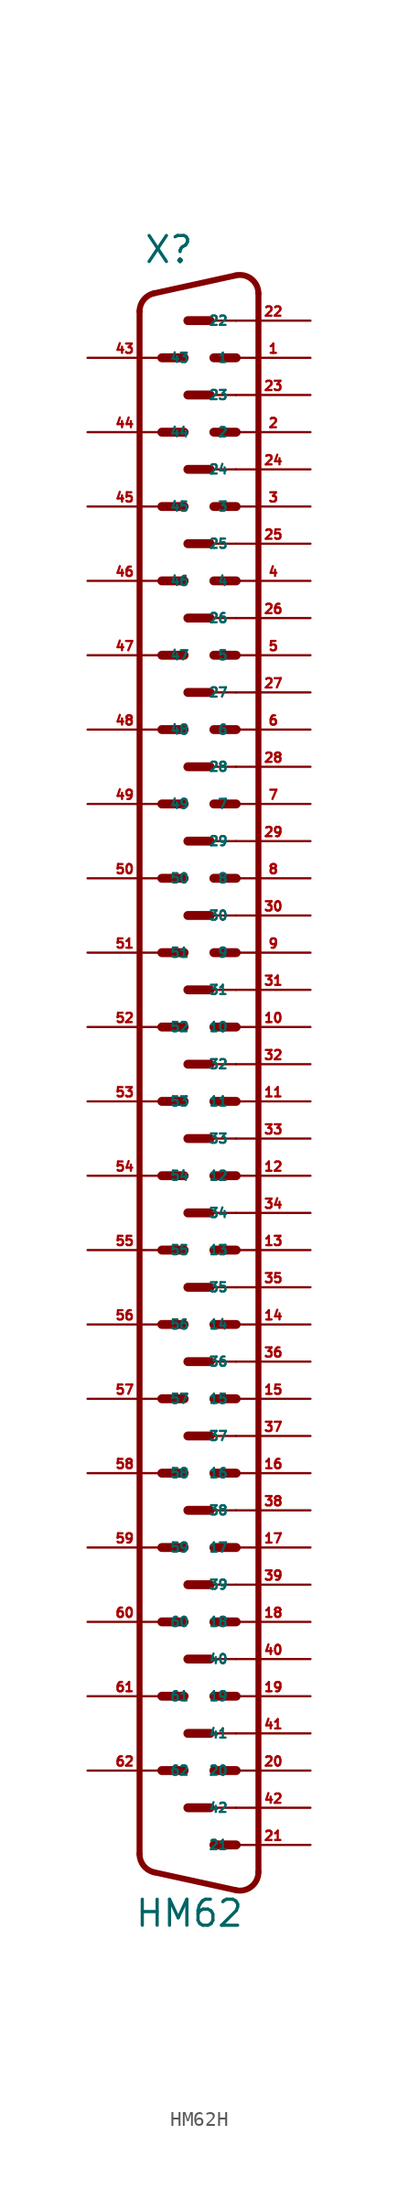
<source format=kicad_sym>
(kicad_symbol_lib
  (version 20220914)
  (generator Eagle2Kicad)
  (symbol "HM62H"
    (property "Reference" "X"
      (at -3.81 52.07 0)
      (effects (font (size 1.778 1.778) (thickness 0.22)) (justify left bottom)))
    (property "Value" "HM62"
      (at -4.445 -61.595 0)
      (effects (font (size 1.778 1.778) (thickness 0.22)) (justify left bottom)))
    (arc
      (start 4.064 50.1112)
      (mid 3.590 51.101)
      (end 2.5226 51.352)
      (stroke (width 0.4064) (type default))
      (fill (type none)))
    (polyline
      (pts (xy 2.523 51.352) (xy -3.065 50.129))
      (stroke (width 0.406) (type default))
      (fill (type none)))
    (arc
      (start -3.0654 50.1295)
      (mid -3.783 49.685)
      (end -4.0642 48.8888)
      (stroke (width 0.4064) (type default))
      (fill (type none)))
    (polyline
      (pts (xy -4.064 -56.509) (xy -4.064 48.889))
      (stroke (width 0.406) (type default))
      (fill (type none)))
    (arc
      (start -4.064 -56.5088)
      (mid -3.783 -57.305)
      (end -3.0654 -57.7494)
      (stroke (width 0.4064) (type default))
      (fill (type none)))
    (polyline
      (pts (xy 4.064 -57.731) (xy 4.064 50.111))
      (stroke (width 0.406) (type default))
      (fill (type none)))
    (polyline
      (pts (xy 2.523 -58.972) (xy -3.065 -57.749))
      (stroke (width 0.406) (type default))
      (fill (type none)))
    (arc
      (start 2.5226 -58.9719)
      (mid 3.590 -58.721)
      (end 4.064 -57.7312)
      (stroke (width 0.4064) (type default))
      (fill (type none)))
    (polyline
      (pts (xy 2.54 48.26) (xy 0.762 48.26))
      (stroke (width 0.152) (type default))
      (fill (type none)))
    (polyline
      (pts (xy 2.54 43.18) (xy 0.762 43.18))
      (stroke (width 0.152) (type default))
      (fill (type none)))
    (polyline
      (pts (xy 2.54 38.1) (xy 0.762 38.1))
      (stroke (width 0.152) (type default))
      (fill (type none)))
    (polyline
      (pts (xy 2.54 33.02) (xy 0.762 33.02))
      (stroke (width 0.152) (type default))
      (fill (type none)))
    (polyline
      (pts (xy 2.54 27.94) (xy 0.762 27.94))
      (stroke (width 0.152) (type default))
      (fill (type none)))
    (polyline
      (pts (xy -1.016 45.72) (xy -2.54 45.72))
      (stroke (width 0.61) (type default))
      (fill (type none)))
    (polyline
      (pts (xy 2.54 45.72) (xy 1.016 45.72))
      (stroke (width 0.61) (type default))
      (fill (type none)))
    (polyline
      (pts (xy 0.762 48.26) (xy -0.762 48.26))
      (stroke (width 0.61) (type default))
      (fill (type none)))
    (polyline
      (pts (xy -1.016 40.64) (xy -2.54 40.64))
      (stroke (width 0.61) (type default))
      (fill (type none)))
    (polyline
      (pts (xy 2.54 40.64) (xy 1.016 40.64))
      (stroke (width 0.61) (type default))
      (fill (type none)))
    (polyline
      (pts (xy 0.762 43.18) (xy -0.762 43.18))
      (stroke (width 0.61) (type default))
      (fill (type none)))
    (polyline
      (pts (xy -1.016 35.56) (xy -2.54 35.56))
      (stroke (width 0.61) (type default))
      (fill (type none)))
    (polyline
      (pts (xy 2.54 35.56) (xy 1.016 35.56))
      (stroke (width 0.61) (type default))
      (fill (type none)))
    (polyline
      (pts (xy 0.762 38.1) (xy -0.762 38.1))
      (stroke (width 0.61) (type default))
      (fill (type none)))
    (polyline
      (pts (xy -1.016 30.48) (xy -2.54 30.48))
      (stroke (width 0.61) (type default))
      (fill (type none)))
    (polyline
      (pts (xy 2.54 30.48) (xy 1.016 30.48))
      (stroke (width 0.61) (type default))
      (fill (type none)))
    (polyline
      (pts (xy 0.762 33.02) (xy -0.762 33.02))
      (stroke (width 0.61) (type default))
      (fill (type none)))
    (polyline
      (pts (xy -1.016 25.4) (xy -2.54 25.4))
      (stroke (width 0.61) (type default))
      (fill (type none)))
    (polyline
      (pts (xy 2.54 25.4) (xy 1.016 25.4))
      (stroke (width 0.61) (type default))
      (fill (type none)))
    (polyline
      (pts (xy 0.762 27.94) (xy -0.762 27.94))
      (stroke (width 0.61) (type default))
      (fill (type none)))
    (polyline
      (pts (xy 2.54 22.86) (xy 0.762 22.86))
      (stroke (width 0.152) (type default))
      (fill (type none)))
    (polyline
      (pts (xy 2.54 17.78) (xy 0.762 17.78))
      (stroke (width 0.152) (type default))
      (fill (type none)))
    (polyline
      (pts (xy 2.54 12.7) (xy 0.762 12.7))
      (stroke (width 0.152) (type default))
      (fill (type none)))
    (polyline
      (pts (xy -1.016 20.32) (xy -2.54 20.32))
      (stroke (width 0.61) (type default))
      (fill (type none)))
    (polyline
      (pts (xy 2.54 20.32) (xy 1.016 20.32))
      (stroke (width 0.61) (type default))
      (fill (type none)))
    (polyline
      (pts (xy 0.762 22.86) (xy -0.762 22.86))
      (stroke (width 0.61) (type default))
      (fill (type none)))
    (polyline
      (pts (xy -1.016 15.24) (xy -2.54 15.24))
      (stroke (width 0.61) (type default))
      (fill (type none)))
    (polyline
      (pts (xy 2.54 15.24) (xy 1.016 15.24))
      (stroke (width 0.61) (type default))
      (fill (type none)))
    (polyline
      (pts (xy 0.762 17.78) (xy -0.762 17.78))
      (stroke (width 0.61) (type default))
      (fill (type none)))
    (polyline
      (pts (xy 2.54 10.16) (xy 1.016 10.16))
      (stroke (width 0.61) (type default))
      (fill (type none)))
    (polyline
      (pts (xy 0.762 12.7) (xy -0.762 12.7))
      (stroke (width 0.61) (type default))
      (fill (type none)))
    (polyline
      (pts (xy 2.54 5.08) (xy 1.016 5.08))
      (stroke (width 0.61) (type default))
      (fill (type none)))
    (polyline
      (pts (xy -1.016 10.16) (xy -2.54 10.16))
      (stroke (width 0.61) (type default))
      (fill (type none)))
    (polyline
      (pts (xy 0.762 7.62) (xy -0.762 7.62))
      (stroke (width 0.61) (type default))
      (fill (type none)))
    (polyline
      (pts (xy 2.54 7.62) (xy 0.762 7.62))
      (stroke (width 0.152) (type default))
      (fill (type none)))
    (polyline
      (pts (xy 2.54 2.54) (xy 0.762 2.54))
      (stroke (width 0.152) (type default))
      (fill (type none)))
    (polyline
      (pts (xy -1.016 5.08) (xy -2.54 5.08))
      (stroke (width 0.61) (type default))
      (fill (type none)))
    (polyline
      (pts (xy -1.016 0) (xy -2.54 0))
      (stroke (width 0.61) (type default))
      (fill (type none)))
    (polyline
      (pts (xy 2.54 0) (xy 1.016 0))
      (stroke (width 0.61) (type default))
      (fill (type none)))
    (polyline
      (pts (xy 0.762 2.54) (xy -0.762 2.54))
      (stroke (width 0.61) (type default))
      (fill (type none)))
    (polyline
      (pts (xy 2.54 -2.54) (xy 0.762 -2.54))
      (stroke (width 0.152) (type default))
      (fill (type none)))
    (polyline
      (pts (xy 2.54 -7.62) (xy 0.762 -7.62))
      (stroke (width 0.152) (type default))
      (fill (type none)))
    (polyline
      (pts (xy 2.54 -12.7) (xy 0.762 -12.7))
      (stroke (width 0.152) (type default))
      (fill (type none)))
    (polyline
      (pts (xy -1.016 -5.08) (xy -2.54 -5.08))
      (stroke (width 0.61) (type default))
      (fill (type none)))
    (polyline
      (pts (xy 2.54 -5.08) (xy 1.016 -5.08))
      (stroke (width 0.61) (type default))
      (fill (type none)))
    (polyline
      (pts (xy 0.762 -2.54) (xy -0.762 -2.54))
      (stroke (width 0.61) (type default))
      (fill (type none)))
    (polyline
      (pts (xy -1.016 -10.16) (xy -2.54 -10.16))
      (stroke (width 0.61) (type default))
      (fill (type none)))
    (polyline
      (pts (xy 2.54 -10.16) (xy 1.016 -10.16))
      (stroke (width 0.61) (type default))
      (fill (type none)))
    (polyline
      (pts (xy 0.762 -7.62) (xy -0.762 -7.62))
      (stroke (width 0.61) (type default))
      (fill (type none)))
    (polyline
      (pts (xy 2.54 -15.24) (xy 1.016 -15.24))
      (stroke (width 0.61) (type default))
      (fill (type none)))
    (polyline
      (pts (xy 0.762 -12.7) (xy -0.762 -12.7))
      (stroke (width 0.61) (type default))
      (fill (type none)))
    (polyline
      (pts (xy 2.54 -20.32) (xy 1.016 -20.32))
      (stroke (width 0.61) (type default))
      (fill (type none)))
    (polyline
      (pts (xy -1.016 -15.24) (xy -2.54 -15.24))
      (stroke (width 0.61) (type default))
      (fill (type none)))
    (polyline
      (pts (xy 0.762 -17.78) (xy -0.762 -17.78))
      (stroke (width 0.61) (type default))
      (fill (type none)))
    (polyline
      (pts (xy 2.54 -17.78) (xy 0.762 -17.78))
      (stroke (width 0.152) (type default))
      (fill (type none)))
    (polyline
      (pts (xy 2.54 -25.4) (xy 1.016 -25.4))
      (stroke (width 0.61) (type default))
      (fill (type none)))
    (polyline
      (pts (xy -1.016 -20.32) (xy -2.54 -20.32))
      (stroke (width 0.61) (type default))
      (fill (type none)))
    (polyline
      (pts (xy 0.762 -22.86) (xy -0.762 -22.86))
      (stroke (width 0.61) (type default))
      (fill (type none)))
    (polyline
      (pts (xy 2.54 -22.86) (xy 0.762 -22.86))
      (stroke (width 0.152) (type default))
      (fill (type none)))
    (polyline
      (pts (xy 2.54 -30.48) (xy 1.016 -30.48))
      (stroke (width 0.61) (type default))
      (fill (type none)))
    (polyline
      (pts (xy -1.016 -25.4) (xy -2.54 -25.4))
      (stroke (width 0.61) (type default))
      (fill (type none)))
    (polyline
      (pts (xy 0.762 -27.94) (xy -0.762 -27.94))
      (stroke (width 0.61) (type default))
      (fill (type none)))
    (polyline
      (pts (xy 2.54 -27.94) (xy 0.762 -27.94))
      (stroke (width 0.152) (type default))
      (fill (type none)))
    (polyline
      (pts (xy 2.54 -33.02) (xy 0.762 -33.02))
      (stroke (width 0.152) (type default))
      (fill (type none)))
    (polyline
      (pts (xy -1.016 -30.48) (xy -2.54 -30.48))
      (stroke (width 0.61) (type default))
      (fill (type none)))
    (polyline
      (pts (xy -1.016 -35.56) (xy -2.54 -35.56))
      (stroke (width 0.61) (type default))
      (fill (type none)))
    (polyline
      (pts (xy 2.54 -35.56) (xy 1.016 -35.56))
      (stroke (width 0.61) (type default))
      (fill (type none)))
    (polyline
      (pts (xy 0.762 -33.02) (xy -0.762 -33.02))
      (stroke (width 0.61) (type default))
      (fill (type none)))
    (polyline
      (pts (xy 2.54 -38.1) (xy 0.762 -38.1))
      (stroke (width 0.152) (type default))
      (fill (type none)))
    (polyline
      (pts (xy 2.54 -43.18) (xy 0.762 -43.18))
      (stroke (width 0.152) (type default))
      (fill (type none)))
    (polyline
      (pts (xy 2.54 -48.26) (xy 0.762 -48.26))
      (stroke (width 0.152) (type default))
      (fill (type none)))
    (polyline
      (pts (xy -1.016 -40.64) (xy -2.54 -40.64))
      (stroke (width 0.61) (type default))
      (fill (type none)))
    (polyline
      (pts (xy 2.54 -40.64) (xy 1.016 -40.64))
      (stroke (width 0.61) (type default))
      (fill (type none)))
    (polyline
      (pts (xy 0.762 -38.1) (xy -0.762 -38.1))
      (stroke (width 0.61) (type default))
      (fill (type none)))
    (polyline
      (pts (xy -1.016 -45.72) (xy -2.54 -45.72))
      (stroke (width 0.61) (type default))
      (fill (type none)))
    (polyline
      (pts (xy 2.54 -45.72) (xy 1.016 -45.72))
      (stroke (width 0.61) (type default))
      (fill (type none)))
    (polyline
      (pts (xy 0.762 -43.18) (xy -0.762 -43.18))
      (stroke (width 0.61) (type default))
      (fill (type none)))
    (polyline
      (pts (xy 2.54 -50.8) (xy 1.016 -50.8))
      (stroke (width 0.61) (type default))
      (fill (type none)))
    (polyline
      (pts (xy 0.762 -48.26) (xy -0.762 -48.26))
      (stroke (width 0.61) (type default))
      (fill (type none)))
    (polyline
      (pts (xy 2.54 -55.88) (xy 1.016 -55.88))
      (stroke (width 0.61) (type default))
      (fill (type none)))
    (polyline
      (pts (xy -1.016 -50.8) (xy -2.54 -50.8))
      (stroke (width 0.61) (type default))
      (fill (type none)))
    (polyline
      (pts (xy 0.762 -53.34) (xy -0.762 -53.34))
      (stroke (width 0.61) (type default))
      (fill (type none)))
    (polyline
      (pts (xy 2.54 -53.34) (xy 0.762 -53.34))
      (stroke (width 0.152) (type default))
      (fill (type none)))
    (pin passive line
      (at 7.62 45.72 180)
      (length 5.08)
      (name "1" (effects (font (size 0.635 0.635) (thickness 0.08)) (justify left bottom)))
      (number "1" (effects (font (size 0.635 0.635) (thickness 0.08)) (justify left bottom))))
    (pin passive line
      (at 7.62 40.64 180)
      (length 5.08)
      (name "2" (effects (font (size 0.635 0.635) (thickness 0.08)) (justify left bottom)))
      (number "2" (effects (font (size 0.635 0.635) (thickness 0.08)) (justify left bottom))))
    (pin passive line
      (at 7.62 35.56 180)
      (length 5.08)
      (name "3" (effects (font (size 0.635 0.635) (thickness 0.08)) (justify left bottom)))
      (number "3" (effects (font (size 0.635 0.635) (thickness 0.08)) (justify left bottom))))
    (pin passive line
      (at 7.62 30.48 180)
      (length 5.08)
      (name "4" (effects (font (size 0.635 0.635) (thickness 0.08)) (justify left bottom)))
      (number "4" (effects (font (size 0.635 0.635) (thickness 0.08)) (justify left bottom))))
    (pin passive line
      (at 7.62 25.4 180)
      (length 5.08)
      (name "5" (effects (font (size 0.635 0.635) (thickness 0.08)) (justify left bottom)))
      (number "5" (effects (font (size 0.635 0.635) (thickness 0.08)) (justify left bottom))))
    (pin passive line
      (at 7.62 20.32 180)
      (length 5.08)
      (name "6" (effects (font (size 0.635 0.635) (thickness 0.08)) (justify left bottom)))
      (number "6" (effects (font (size 0.635 0.635) (thickness 0.08)) (justify left bottom))))
    (pin passive line
      (at 7.62 15.24 180)
      (length 5.08)
      (name "7" (effects (font (size 0.635 0.635) (thickness 0.08)) (justify left bottom)))
      (number "7" (effects (font (size 0.635 0.635) (thickness 0.08)) (justify left bottom))))
    (pin passive line
      (at 7.62 10.16 180)
      (length 5.08)
      (name "8" (effects (font (size 0.635 0.635) (thickness 0.08)) (justify left bottom)))
      (number "8" (effects (font (size 0.635 0.635) (thickness 0.08)) (justify left bottom))))
    (pin passive line
      (at 7.62 5.08 180)
      (length 5.08)
      (name "9" (effects (font (size 0.635 0.635) (thickness 0.08)) (justify left bottom)))
      (number "9" (effects (font (size 0.635 0.635) (thickness 0.08)) (justify left bottom))))
    (pin passive line
      (at 7.62 0 180)
      (length 5.08)
      (name "10" (effects (font (size 0.635 0.635) (thickness 0.08)) (justify left bottom)))
      (number "10" (effects (font (size 0.635 0.635) (thickness 0.08)) (justify left bottom))))
    (pin passive line
      (at 7.62 -5.08 180)
      (length 5.08)
      (name "11" (effects (font (size 0.635 0.635) (thickness 0.08)) (justify left bottom)))
      (number "11" (effects (font (size 0.635 0.635) (thickness 0.08)) (justify left bottom))))
    (pin passive line
      (at 7.62 -10.16 180)
      (length 5.08)
      (name "12" (effects (font (size 0.635 0.635) (thickness 0.08)) (justify left bottom)))
      (number "12" (effects (font (size 0.635 0.635) (thickness 0.08)) (justify left bottom))))
    (pin passive line
      (at 7.62 -15.24 180)
      (length 5.08)
      (name "13" (effects (font (size 0.635 0.635) (thickness 0.08)) (justify left bottom)))
      (number "13" (effects (font (size 0.635 0.635) (thickness 0.08)) (justify left bottom))))
    (pin passive line
      (at 7.62 -20.32 180)
      (length 5.08)
      (name "14" (effects (font (size 0.635 0.635) (thickness 0.08)) (justify left bottom)))
      (number "14" (effects (font (size 0.635 0.635) (thickness 0.08)) (justify left bottom))))
    (pin passive line
      (at 7.62 -25.4 180)
      (length 5.08)
      (name "15" (effects (font (size 0.635 0.635) (thickness 0.08)) (justify left bottom)))
      (number "15" (effects (font (size 0.635 0.635) (thickness 0.08)) (justify left bottom))))
    (pin passive line
      (at 7.62 -30.48 180)
      (length 5.08)
      (name "16" (effects (font (size 0.635 0.635) (thickness 0.08)) (justify left bottom)))
      (number "16" (effects (font (size 0.635 0.635) (thickness 0.08)) (justify left bottom))))
    (pin passive line
      (at 7.62 -35.56 180)
      (length 5.08)
      (name "17" (effects (font (size 0.635 0.635) (thickness 0.08)) (justify left bottom)))
      (number "17" (effects (font (size 0.635 0.635) (thickness 0.08)) (justify left bottom))))
    (pin passive line
      (at 7.62 -40.64 180)
      (length 5.08)
      (name "18" (effects (font (size 0.635 0.635) (thickness 0.08)) (justify left bottom)))
      (number "18" (effects (font (size 0.635 0.635) (thickness 0.08)) (justify left bottom))))
    (pin passive line
      (at 7.62 -45.72 180)
      (length 5.08)
      (name "19" (effects (font (size 0.635 0.635) (thickness 0.08)) (justify left bottom)))
      (number "19" (effects (font (size 0.635 0.635) (thickness 0.08)) (justify left bottom))))
    (pin passive line
      (at 7.62 -50.8 180)
      (length 5.08)
      (name "20" (effects (font (size 0.635 0.635) (thickness 0.08)) (justify left bottom)))
      (number "20" (effects (font (size 0.635 0.635) (thickness 0.08)) (justify left bottom))))
    (pin passive line
      (at 7.62 -55.88 180)
      (length 5.08)
      (name "21" (effects (font (size 0.635 0.635) (thickness 0.08)) (justify left bottom)))
      (number "21" (effects (font (size 0.635 0.635) (thickness 0.08)) (justify left bottom))))
    (pin passive line
      (at 7.62 48.26 180)
      (length 5.08)
      (name "22" (effects (font (size 0.635 0.635) (thickness 0.08)) (justify left bottom)))
      (number "22" (effects (font (size 0.635 0.635) (thickness 0.08)) (justify left bottom))))
    (pin passive line
      (at 7.62 43.18 180)
      (length 5.08)
      (name "23" (effects (font (size 0.635 0.635) (thickness 0.08)) (justify left bottom)))
      (number "23" (effects (font (size 0.635 0.635) (thickness 0.08)) (justify left bottom))))
    (pin passive line
      (at 7.62 38.1 180)
      (length 5.08)
      (name "24" (effects (font (size 0.635 0.635) (thickness 0.08)) (justify left bottom)))
      (number "24" (effects (font (size 0.635 0.635) (thickness 0.08)) (justify left bottom))))
    (pin passive line
      (at 7.62 33.02 180)
      (length 5.08)
      (name "25" (effects (font (size 0.635 0.635) (thickness 0.08)) (justify left bottom)))
      (number "25" (effects (font (size 0.635 0.635) (thickness 0.08)) (justify left bottom))))
    (pin passive line
      (at 7.62 27.94 180)
      (length 5.08)
      (name "26" (effects (font (size 0.635 0.635) (thickness 0.08)) (justify left bottom)))
      (number "26" (effects (font (size 0.635 0.635) (thickness 0.08)) (justify left bottom))))
    (pin passive line
      (at 7.62 22.86 180)
      (length 5.08)
      (name "27" (effects (font (size 0.635 0.635) (thickness 0.08)) (justify left bottom)))
      (number "27" (effects (font (size 0.635 0.635) (thickness 0.08)) (justify left bottom))))
    (pin passive line
      (at 7.62 17.78 180)
      (length 5.08)
      (name "28" (effects (font (size 0.635 0.635) (thickness 0.08)) (justify left bottom)))
      (number "28" (effects (font (size 0.635 0.635) (thickness 0.08)) (justify left bottom))))
    (pin passive line
      (at 7.62 12.7 180)
      (length 5.08)
      (name "29" (effects (font (size 0.635 0.635) (thickness 0.08)) (justify left bottom)))
      (number "29" (effects (font (size 0.635 0.635) (thickness 0.08)) (justify left bottom))))
    (pin passive line
      (at 7.62 7.62 180)
      (length 5.08)
      (name "30" (effects (font (size 0.635 0.635) (thickness 0.08)) (justify left bottom)))
      (number "30" (effects (font (size 0.635 0.635) (thickness 0.08)) (justify left bottom))))
    (pin passive line
      (at 7.62 2.54 180)
      (length 5.08)
      (name "31" (effects (font (size 0.635 0.635) (thickness 0.08)) (justify left bottom)))
      (number "31" (effects (font (size 0.635 0.635) (thickness 0.08)) (justify left bottom))))
    (pin passive line
      (at 7.62 -2.54 180)
      (length 5.08)
      (name "32" (effects (font (size 0.635 0.635) (thickness 0.08)) (justify left bottom)))
      (number "32" (effects (font (size 0.635 0.635) (thickness 0.08)) (justify left bottom))))
    (pin passive line
      (at 7.62 -7.62 180)
      (length 5.08)
      (name "33" (effects (font (size 0.635 0.635) (thickness 0.08)) (justify left bottom)))
      (number "33" (effects (font (size 0.635 0.635) (thickness 0.08)) (justify left bottom))))
    (pin passive line
      (at 7.62 -12.7 180)
      (length 5.08)
      (name "34" (effects (font (size 0.635 0.635) (thickness 0.08)) (justify left bottom)))
      (number "34" (effects (font (size 0.635 0.635) (thickness 0.08)) (justify left bottom))))
    (pin passive line
      (at 7.62 -17.78 180)
      (length 5.08)
      (name "35" (effects (font (size 0.635 0.635) (thickness 0.08)) (justify left bottom)))
      (number "35" (effects (font (size 0.635 0.635) (thickness 0.08)) (justify left bottom))))
    (pin passive line
      (at 7.62 -22.86 180)
      (length 5.08)
      (name "36" (effects (font (size 0.635 0.635) (thickness 0.08)) (justify left bottom)))
      (number "36" (effects (font (size 0.635 0.635) (thickness 0.08)) (justify left bottom))))
    (pin passive line
      (at 7.62 -27.94 180)
      (length 5.08)
      (name "37" (effects (font (size 0.635 0.635) (thickness 0.08)) (justify left bottom)))
      (number "37" (effects (font (size 0.635 0.635) (thickness 0.08)) (justify left bottom))))
    (pin passive line
      (at 7.62 -33.02 180)
      (length 5.08)
      (name "38" (effects (font (size 0.635 0.635) (thickness 0.08)) (justify left bottom)))
      (number "38" (effects (font (size 0.635 0.635) (thickness 0.08)) (justify left bottom))))
    (pin passive line
      (at 7.62 -38.1 180)
      (length 5.08)
      (name "39" (effects (font (size 0.635 0.635) (thickness 0.08)) (justify left bottom)))
      (number "39" (effects (font (size 0.635 0.635) (thickness 0.08)) (justify left bottom))))
    (pin passive line
      (at 7.62 -43.18 180)
      (length 5.08)
      (name "40" (effects (font (size 0.635 0.635) (thickness 0.08)) (justify left bottom)))
      (number "40" (effects (font (size 0.635 0.635) (thickness 0.08)) (justify left bottom))))
    (pin passive line
      (at 7.62 -48.26 180)
      (length 5.08)
      (name "41" (effects (font (size 0.635 0.635) (thickness 0.08)) (justify left bottom)))
      (number "41" (effects (font (size 0.635 0.635) (thickness 0.08)) (justify left bottom))))
    (pin passive line
      (at 7.62 -53.34 180)
      (length 5.08)
      (name "42" (effects (font (size 0.635 0.635) (thickness 0.08)) (justify left bottom)))
      (number "42" (effects (font (size 0.635 0.635) (thickness 0.08)) (justify left bottom))))
    (pin passive line
      (at -7.62 45.72 0)
      (length 5.08)
      (name "43" (effects (font (size 0.635 0.635) (thickness 0.08)) (justify left bottom)))
      (number "43" (effects (font (size 0.635 0.635) (thickness 0.08)) (justify left bottom))))
    (pin passive line
      (at -7.62 40.64 0)
      (length 5.08)
      (name "44" (effects (font (size 0.635 0.635) (thickness 0.08)) (justify left bottom)))
      (number "44" (effects (font (size 0.635 0.635) (thickness 0.08)) (justify left bottom))))
    (pin passive line
      (at -7.62 35.56 0)
      (length 5.08)
      (name "45" (effects (font (size 0.635 0.635) (thickness 0.08)) (justify left bottom)))
      (number "45" (effects (font (size 0.635 0.635) (thickness 0.08)) (justify left bottom))))
    (pin passive line
      (at -7.62 30.48 0)
      (length 5.08)
      (name "46" (effects (font (size 0.635 0.635) (thickness 0.08)) (justify left bottom)))
      (number "46" (effects (font (size 0.635 0.635) (thickness 0.08)) (justify left bottom))))
    (pin passive line
      (at -7.62 25.4 0)
      (length 5.08)
      (name "47" (effects (font (size 0.635 0.635) (thickness 0.08)) (justify left bottom)))
      (number "47" (effects (font (size 0.635 0.635) (thickness 0.08)) (justify left bottom))))
    (pin passive line
      (at -7.62 20.32 0)
      (length 5.08)
      (name "48" (effects (font (size 0.635 0.635) (thickness 0.08)) (justify left bottom)))
      (number "48" (effects (font (size 0.635 0.635) (thickness 0.08)) (justify left bottom))))
    (pin passive line
      (at -7.62 15.24 0)
      (length 5.08)
      (name "49" (effects (font (size 0.635 0.635) (thickness 0.08)) (justify left bottom)))
      (number "49" (effects (font (size 0.635 0.635) (thickness 0.08)) (justify left bottom))))
    (pin passive line
      (at -7.62 10.16 0)
      (length 5.08)
      (name "50" (effects (font (size 0.635 0.635) (thickness 0.08)) (justify left bottom)))
      (number "50" (effects (font (size 0.635 0.635) (thickness 0.08)) (justify left bottom))))
    (pin passive line
      (at -7.62 5.08 0)
      (length 5.08)
      (name "51" (effects (font (size 0.635 0.635) (thickness 0.08)) (justify left bottom)))
      (number "51" (effects (font (size 0.635 0.635) (thickness 0.08)) (justify left bottom))))
    (pin passive line
      (at -7.62 0 0)
      (length 5.08)
      (name "52" (effects (font (size 0.635 0.635) (thickness 0.08)) (justify left bottom)))
      (number "52" (effects (font (size 0.635 0.635) (thickness 0.08)) (justify left bottom))))
    (pin passive line
      (at -7.62 -5.08 0)
      (length 5.08)
      (name "53" (effects (font (size 0.635 0.635) (thickness 0.08)) (justify left bottom)))
      (number "53" (effects (font (size 0.635 0.635) (thickness 0.08)) (justify left bottom))))
    (pin passive line
      (at -7.62 -10.16 0)
      (length 5.08)
      (name "54" (effects (font (size 0.635 0.635) (thickness 0.08)) (justify left bottom)))
      (number "54" (effects (font (size 0.635 0.635) (thickness 0.08)) (justify left bottom))))
    (pin passive line
      (at -7.62 -15.24 0)
      (length 5.08)
      (name "55" (effects (font (size 0.635 0.635) (thickness 0.08)) (justify left bottom)))
      (number "55" (effects (font (size 0.635 0.635) (thickness 0.08)) (justify left bottom))))
    (pin passive line
      (at -7.62 -20.32 0)
      (length 5.08)
      (name "56" (effects (font (size 0.635 0.635) (thickness 0.08)) (justify left bottom)))
      (number "56" (effects (font (size 0.635 0.635) (thickness 0.08)) (justify left bottom))))
    (pin passive line
      (at -7.62 -25.4 0)
      (length 5.08)
      (name "57" (effects (font (size 0.635 0.635) (thickness 0.08)) (justify left bottom)))
      (number "57" (effects (font (size 0.635 0.635) (thickness 0.08)) (justify left bottom))))
    (pin passive line
      (at -7.62 -30.48 0)
      (length 5.08)
      (name "58" (effects (font (size 0.635 0.635) (thickness 0.08)) (justify left bottom)))
      (number "58" (effects (font (size 0.635 0.635) (thickness 0.08)) (justify left bottom))))
    (pin passive line
      (at -7.62 -35.56 0)
      (length 5.08)
      (name "59" (effects (font (size 0.635 0.635) (thickness 0.08)) (justify left bottom)))
      (number "59" (effects (font (size 0.635 0.635) (thickness 0.08)) (justify left bottom))))
    (pin passive line
      (at -7.62 -40.64 0)
      (length 5.08)
      (name "60" (effects (font (size 0.635 0.635) (thickness 0.08)) (justify left bottom)))
      (number "60" (effects (font (size 0.635 0.635) (thickness 0.08)) (justify left bottom))))
    (pin passive line
      (at -7.62 -45.72 0)
      (length 5.08)
      (name "61" (effects (font (size 0.635 0.635) (thickness 0.08)) (justify left bottom)))
      (number "61" (effects (font (size 0.635 0.635) (thickness 0.08)) (justify left bottom))))
    (pin passive line
      (at -7.62 -50.8 0)
      (length 5.08)
      (name "62" (effects (font (size 0.635 0.635) (thickness 0.08)) (justify left bottom)))
      (number "62" (effects (font (size 0.635 0.635) (thickness 0.08)) (justify left bottom))))))
</source>
